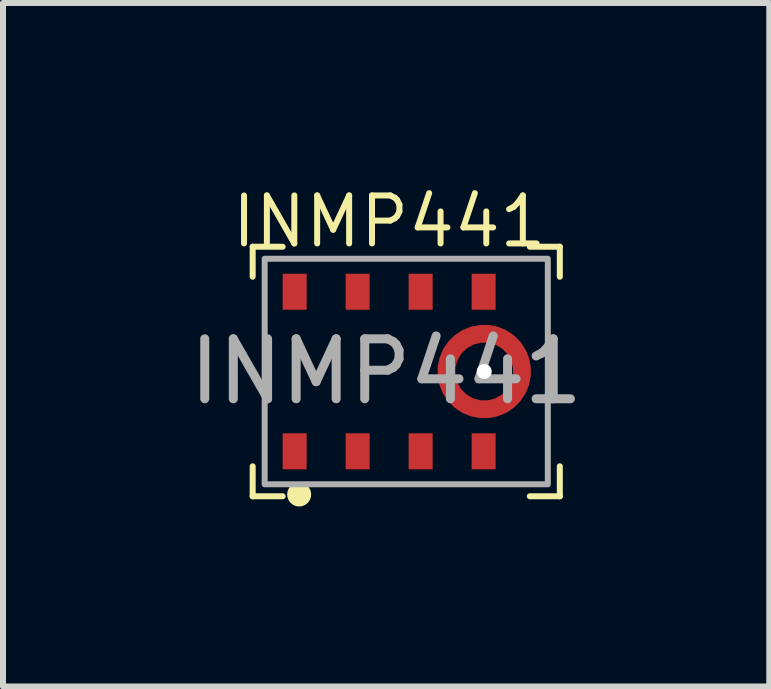
<source format=kicad_pcb>
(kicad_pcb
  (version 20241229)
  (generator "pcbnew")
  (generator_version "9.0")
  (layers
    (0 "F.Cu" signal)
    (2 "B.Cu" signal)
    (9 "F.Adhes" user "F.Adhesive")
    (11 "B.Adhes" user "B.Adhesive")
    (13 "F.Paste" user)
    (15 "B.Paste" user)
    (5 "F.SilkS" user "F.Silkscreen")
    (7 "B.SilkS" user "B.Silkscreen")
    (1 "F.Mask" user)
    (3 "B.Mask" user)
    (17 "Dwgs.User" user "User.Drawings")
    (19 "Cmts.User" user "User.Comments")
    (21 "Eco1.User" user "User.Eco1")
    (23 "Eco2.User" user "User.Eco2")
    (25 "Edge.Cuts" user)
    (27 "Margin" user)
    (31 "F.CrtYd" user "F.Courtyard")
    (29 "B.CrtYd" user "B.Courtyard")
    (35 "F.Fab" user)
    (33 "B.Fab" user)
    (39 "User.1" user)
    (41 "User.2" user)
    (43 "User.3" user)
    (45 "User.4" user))
  (footprint "INMP441"
    (layer "F.Cu")
    (at 3.437 3.143)
    (property "Reference" "INMP441" (at 0 -2.5 0) (unlocked yes) (layer "F.SilkS") (effects (font (size 0.8 0.8) (thickness 0.1))))
    (attr smd)
    (fp_line (start -2.275 -2.08) (end -2.275 -1.58) (stroke (width 0.1) (type default)) (layer "F.SilkS"))
    (fp_line (start -2.275 -2.08) (end -1.775 -2.08) (stroke (width 0.1) (type default)) (layer "F.SilkS"))
    (fp_line (start -2.275 2.08) (end -2.275 1.58) (stroke (width 0.1) (type default)) (layer "F.SilkS"))
    (fp_line (start -2.275 2.08) (end -1.775 2.08) (stroke (width 0.1) (type default)) (layer "F.SilkS"))
    (fp_line (start 2.845 -2.08) (end 2.345 -2.08) (stroke (width 0.1) (type default)) (layer "F.SilkS"))
    (fp_line (start 2.845 -2.08) (end 2.845 -1.58) (stroke (width 0.1) (type default)) (layer "F.SilkS"))
    (fp_line (start 2.845 2.08) (end 2.345 2.08) (stroke (width 0.1) (type default)) (layer "F.SilkS"))
    (fp_line (start 2.845 2.08) (end 2.845 1.58) (stroke (width 0.1) (type default)) (layer "F.SilkS"))
    (fp_circle (center -1.5 2.05) (end -1.3 2.05) (stroke (width 0) (type solid)) (fill yes) (layer "F.SilkS"))
    (fp_rect (start -2.075 -1.88) (end 2.645 1.88) (stroke (width 0.1) (type default)) (fill no) (layer "F.Fab"))
    (fp_text user "${REFERENCE}" (at -0.05 0 0) (unlocked yes) (layer "F.Fab") (effects (font (size 1 1) (thickness 0.15))))
    (pad "" np_thru_hole circle (at 1.585 0) (size 0.25 0.25) (drill 0.45) (layers "*.Cu" "*.Mask"))
    (pad "1" smd rect (at -1.575 1.33) (size 0.4 0.6) (layers "F.Cu" "F.Mask" "F.Paste"))
    (pad "2" smd rect (at -0.525 1.33) (size 0.4 0.6) (layers "F.Cu" "F.Mask" "F.Paste"))
    (pad "3" smd rect (at 0.525 1.33) (size 0.4 0.6) (layers "F.Cu" "F.Mask" "F.Paste"))
    (pad "4" smd rect (at 1.575 1.33) (size 0.4 0.6) (layers "F.Cu" "F.Mask" "F.Paste"))
    (pad "5" smd custom (at 1.585 -0.63) (size 0.1 0.1) (layers "F.Cu" "F.Mask" "F.Paste") (options (anchor circle)) (primitives (gr_circle (center 0 0.63) (end 0.63 0.63) (width 0.3) (fill no))))
    (pad "6" smd rect (at 1.575 -1.33) (size 0.4 0.6) (layers "F.Cu" "F.Mask" "F.Paste"))
    (pad "7" smd rect (at 0.525 -1.33) (size 0.4 0.6) (layers "F.Cu" "F.Mask" "F.Paste"))
    (pad "8" smd rect (at -0.525 -1.33) (size 0.4 0.6) (layers "F.Cu" "F.Mask" "F.Paste"))
    (pad "9" smd rect (at -1.575 -1.33) (size 0.4 0.6) (layers "F.Cu" "F.Mask" "F.Paste")))
  (gr_rect
    (start -3 -3)
    (end 9.774 8.393)
    (stroke (width 0.1) (type default))
    (fill no)
    (layer "Edge.Cuts")))
</source>
